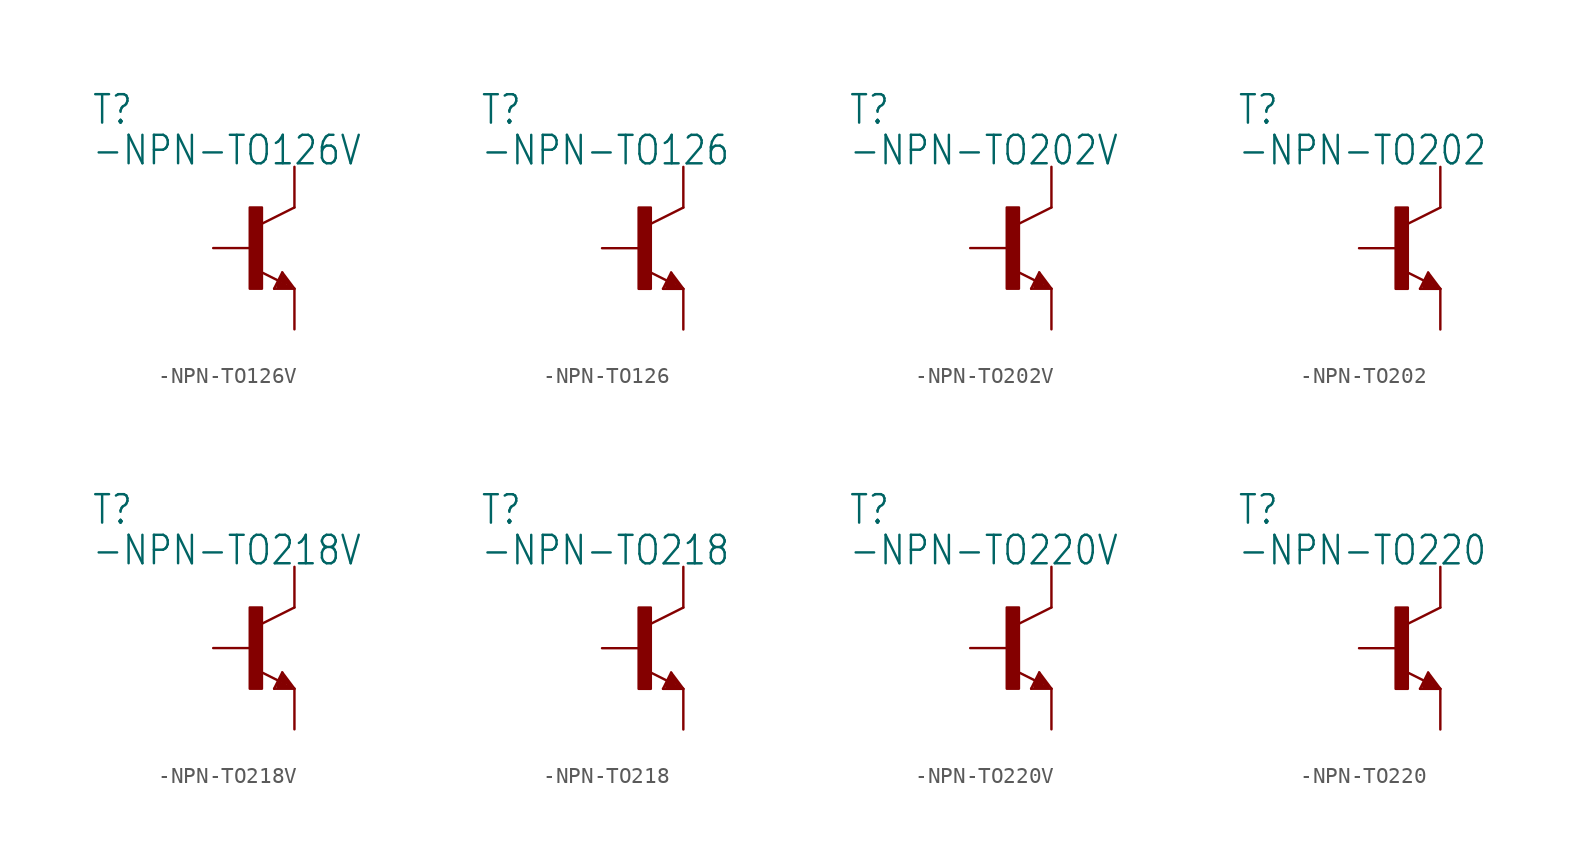
<source format=kicad_sym>
(kicad_symbol_lib
  (version 20211014)
  (generator kicad_symbol_editor)
  (symbol "-NPN-TO126V"
    (property "Reference" "T"
      (at -10.16 7.62 0)
      (effects (font (size 1.778 1.511)) (justify left bottom)))
    (property "Value" "-NPN-TO126V"
      (at -10.16 5.08 0)
      (effects (font (size 1.778 1.511)) (justify left bottom)))
    (property "ki_locked" ""
      (at 0 0 0)
      (effects (font (size 1.27 1.27))))
    (symbol "-NPN-TO126V_1_0"
      (rectangle (start -0.254 -2.54) (end 0.508 2.54) (stroke (width 0) (type default) (color 0 0 0 0)) (fill (type outline)))
      (polyline (pts (xy 1.27 -2.54) (xy 1.778 -1.524)) (stroke (width 0.152) (type default) (color 0 0 0 0)) (fill (type none)))
      (polyline (pts (xy 1.524 -2.413) (xy 2.286 -2.413)) (stroke (width 0.254) (type default) (color 0 0 0 0)) (fill (type none)))
      (polyline (pts (xy 1.524 -2.286) (xy 1.905 -2.286)) (stroke (width 0.254) (type default) (color 0 0 0 0)) (fill (type none)))
      (polyline (pts (xy 1.54 -2.04) (xy 0.308 -1.424)) (stroke (width 0.152) (type default) (color 0 0 0 0)) (fill (type none)))
      (polyline (pts (xy 1.778 -1.778) (xy 1.524 -2.286)) (stroke (width 0.254) (type default) (color 0 0 0 0)) (fill (type none)))
      (polyline (pts (xy 1.778 -1.524) (xy 2.54 -2.54)) (stroke (width 0.152) (type default) (color 0 0 0 0)) (fill (type none)))
      (polyline (pts (xy 1.905 -2.286) (xy 1.778 -2.032)) (stroke (width 0.254) (type default) (color 0 0 0 0)) (fill (type none)))
      (polyline (pts (xy 2.286 -2.413) (xy 1.778 -1.778)) (stroke (width 0.254) (type default) (color 0 0 0 0)) (fill (type none)))
      (polyline (pts (xy 2.54 -2.54) (xy 1.27 -2.54)) (stroke (width 0.152) (type default) (color 0 0 0 0)) (fill (type none)))
      (polyline (pts (xy 2.54 2.54) (xy 0.508 1.524)) (stroke (width 0.152) (type default) (color 0 0 0 0)) (fill (type none)))
      (pin passive line (at 2.54 -5.08 90) (length 2.54) (name "E" (effects (font (size 0 0)))) (number "1" (effects (font (size 0 0)))))
      (pin passive line (at 2.54 5.08 270) (length 2.54) (name "C" (effects (font (size 0 0)))) (number "2" (effects (font (size 0 0)))))
      (pin passive line (at -2.54 0 0) (length 2.54) (name "B" (effects (font (size 0 0)))) (number "3" (effects (font (size 0 0)))))))
  (symbol "-NPN-TO126"
    (property "Reference" "T"
      (at -10.16 7.62 0)
      (effects (font (size 1.778 1.511)) (justify left bottom)))
    (property "Value" "-NPN-TO126"
      (at -10.16 5.08 0)
      (effects (font (size 1.778 1.511)) (justify left bottom)))
    (property "ki_locked" ""
      (at 0 0 0)
      (effects (font (size 1.27 1.27))))
    (symbol "-NPN-TO126_1_0"
      (rectangle (start -0.254 -2.54) (end 0.508 2.54) (stroke (width 0) (type default) (color 0 0 0 0)) (fill (type outline)))
      (polyline (pts (xy 1.27 -2.54) (xy 1.778 -1.524)) (stroke (width 0.152) (type default) (color 0 0 0 0)) (fill (type none)))
      (polyline (pts (xy 1.524 -2.413) (xy 2.286 -2.413)) (stroke (width 0.254) (type default) (color 0 0 0 0)) (fill (type none)))
      (polyline (pts (xy 1.524 -2.286) (xy 1.905 -2.286)) (stroke (width 0.254) (type default) (color 0 0 0 0)) (fill (type none)))
      (polyline (pts (xy 1.54 -2.04) (xy 0.308 -1.424)) (stroke (width 0.152) (type default) (color 0 0 0 0)) (fill (type none)))
      (polyline (pts (xy 1.778 -1.778) (xy 1.524 -2.286)) (stroke (width 0.254) (type default) (color 0 0 0 0)) (fill (type none)))
      (polyline (pts (xy 1.778 -1.524) (xy 2.54 -2.54)) (stroke (width 0.152) (type default) (color 0 0 0 0)) (fill (type none)))
      (polyline (pts (xy 1.905 -2.286) (xy 1.778 -2.032)) (stroke (width 0.254) (type default) (color 0 0 0 0)) (fill (type none)))
      (polyline (pts (xy 2.286 -2.413) (xy 1.778 -1.778)) (stroke (width 0.254) (type default) (color 0 0 0 0)) (fill (type none)))
      (polyline (pts (xy 2.54 -2.54) (xy 1.27 -2.54)) (stroke (width 0.152) (type default) (color 0 0 0 0)) (fill (type none)))
      (polyline (pts (xy 2.54 2.54) (xy 0.508 1.524)) (stroke (width 0.152) (type default) (color 0 0 0 0)) (fill (type none)))
      (pin passive line (at 2.54 -5.08 90) (length 2.54) (name "E" (effects (font (size 0 0)))) (number "1" (effects (font (size 0 0)))))
      (pin passive line (at 2.54 5.08 270) (length 2.54) (name "C" (effects (font (size 0 0)))) (number "2" (effects (font (size 0 0)))))
      (pin passive line (at -2.54 0 0) (length 2.54) (name "B" (effects (font (size 0 0)))) (number "3" (effects (font (size 0 0)))))))
  (symbol "-NPN-TO202V"
    (property "Reference" "T"
      (at -10.16 7.62 0)
      (effects (font (size 1.778 1.511)) (justify left bottom)))
    (property "Value" "-NPN-TO202V"
      (at -10.16 5.08 0)
      (effects (font (size 1.778 1.511)) (justify left bottom)))
    (property "ki_locked" ""
      (at 0 0 0)
      (effects (font (size 1.27 1.27))))
    (symbol "-NPN-TO202V_1_0"
      (rectangle (start -0.254 -2.54) (end 0.508 2.54) (stroke (width 0) (type default) (color 0 0 0 0)) (fill (type outline)))
      (polyline (pts (xy 1.27 -2.54) (xy 1.778 -1.524)) (stroke (width 0.152) (type default) (color 0 0 0 0)) (fill (type none)))
      (polyline (pts (xy 1.524 -2.413) (xy 2.286 -2.413)) (stroke (width 0.254) (type default) (color 0 0 0 0)) (fill (type none)))
      (polyline (pts (xy 1.524 -2.286) (xy 1.905 -2.286)) (stroke (width 0.254) (type default) (color 0 0 0 0)) (fill (type none)))
      (polyline (pts (xy 1.54 -2.04) (xy 0.308 -1.424)) (stroke (width 0.152) (type default) (color 0 0 0 0)) (fill (type none)))
      (polyline (pts (xy 1.778 -1.778) (xy 1.524 -2.286)) (stroke (width 0.254) (type default) (color 0 0 0 0)) (fill (type none)))
      (polyline (pts (xy 1.778 -1.524) (xy 2.54 -2.54)) (stroke (width 0.152) (type default) (color 0 0 0 0)) (fill (type none)))
      (polyline (pts (xy 1.905 -2.286) (xy 1.778 -2.032)) (stroke (width 0.254) (type default) (color 0 0 0 0)) (fill (type none)))
      (polyline (pts (xy 2.286 -2.413) (xy 1.778 -1.778)) (stroke (width 0.254) (type default) (color 0 0 0 0)) (fill (type none)))
      (polyline (pts (xy 2.54 -2.54) (xy 1.27 -2.54)) (stroke (width 0.152) (type default) (color 0 0 0 0)) (fill (type none)))
      (polyline (pts (xy 2.54 2.54) (xy 0.508 1.524)) (stroke (width 0.152) (type default) (color 0 0 0 0)) (fill (type none)))
      (pin passive line (at 2.54 -5.08 90) (length 2.54) (name "E" (effects (font (size 0 0)))) (number "1" (effects (font (size 0 0)))))
      (pin passive line (at 2.54 5.08 270) (length 2.54) (name "C" (effects (font (size 0 0)))) (number "2" (effects (font (size 0 0)))))
      (pin passive line (at -2.54 0 0) (length 2.54) (name "B" (effects (font (size 0 0)))) (number "3" (effects (font (size 0 0)))))))
  (symbol "-NPN-TO202"
    (property "Reference" "T"
      (at -10.16 7.62 0)
      (effects (font (size 1.778 1.511)) (justify left bottom)))
    (property "Value" "-NPN-TO202"
      (at -10.16 5.08 0)
      (effects (font (size 1.778 1.511)) (justify left bottom)))
    (property "ki_locked" ""
      (at 0 0 0)
      (effects (font (size 1.27 1.27))))
    (symbol "-NPN-TO202_1_0"
      (rectangle (start -0.254 -2.54) (end 0.508 2.54) (stroke (width 0) (type default) (color 0 0 0 0)) (fill (type outline)))
      (polyline (pts (xy 1.27 -2.54) (xy 1.778 -1.524)) (stroke (width 0.152) (type default) (color 0 0 0 0)) (fill (type none)))
      (polyline (pts (xy 1.524 -2.413) (xy 2.286 -2.413)) (stroke (width 0.254) (type default) (color 0 0 0 0)) (fill (type none)))
      (polyline (pts (xy 1.524 -2.286) (xy 1.905 -2.286)) (stroke (width 0.254) (type default) (color 0 0 0 0)) (fill (type none)))
      (polyline (pts (xy 1.54 -2.04) (xy 0.308 -1.424)) (stroke (width 0.152) (type default) (color 0 0 0 0)) (fill (type none)))
      (polyline (pts (xy 1.778 -1.778) (xy 1.524 -2.286)) (stroke (width 0.254) (type default) (color 0 0 0 0)) (fill (type none)))
      (polyline (pts (xy 1.778 -1.524) (xy 2.54 -2.54)) (stroke (width 0.152) (type default) (color 0 0 0 0)) (fill (type none)))
      (polyline (pts (xy 1.905 -2.286) (xy 1.778 -2.032)) (stroke (width 0.254) (type default) (color 0 0 0 0)) (fill (type none)))
      (polyline (pts (xy 2.286 -2.413) (xy 1.778 -1.778)) (stroke (width 0.254) (type default) (color 0 0 0 0)) (fill (type none)))
      (polyline (pts (xy 2.54 -2.54) (xy 1.27 -2.54)) (stroke (width 0.152) (type default) (color 0 0 0 0)) (fill (type none)))
      (polyline (pts (xy 2.54 2.54) (xy 0.508 1.524)) (stroke (width 0.152) (type default) (color 0 0 0 0)) (fill (type none)))
      (pin passive line (at 2.54 -5.08 90) (length 2.54) (name "E" (effects (font (size 0 0)))) (number "1" (effects (font (size 0 0)))))
      (pin passive line (at 2.54 5.08 270) (length 2.54) (name "C" (effects (font (size 0 0)))) (number "2" (effects (font (size 0 0)))))
      (pin passive line (at -2.54 0 0) (length 2.54) (name "B" (effects (font (size 0 0)))) (number "3" (effects (font (size 0 0)))))))
  (symbol "-NPN-TO218V"
    (property "Reference" "T"
      (at -10.16 7.62 0)
      (effects (font (size 1.778 1.511)) (justify left bottom)))
    (property "Value" "-NPN-TO218V"
      (at -10.16 5.08 0)
      (effects (font (size 1.778 1.511)) (justify left bottom)))
    (property "ki_locked" ""
      (at 0 0 0)
      (effects (font (size 1.27 1.27))))
    (symbol "-NPN-TO218V_1_0"
      (rectangle (start -0.254 -2.54) (end 0.508 2.54) (stroke (width 0) (type default) (color 0 0 0 0)) (fill (type outline)))
      (polyline (pts (xy 1.27 -2.54) (xy 1.778 -1.524)) (stroke (width 0.152) (type default) (color 0 0 0 0)) (fill (type none)))
      (polyline (pts (xy 1.524 -2.413) (xy 2.286 -2.413)) (stroke (width 0.254) (type default) (color 0 0 0 0)) (fill (type none)))
      (polyline (pts (xy 1.524 -2.286) (xy 1.905 -2.286)) (stroke (width 0.254) (type default) (color 0 0 0 0)) (fill (type none)))
      (polyline (pts (xy 1.54 -2.04) (xy 0.308 -1.424)) (stroke (width 0.152) (type default) (color 0 0 0 0)) (fill (type none)))
      (polyline (pts (xy 1.778 -1.778) (xy 1.524 -2.286)) (stroke (width 0.254) (type default) (color 0 0 0 0)) (fill (type none)))
      (polyline (pts (xy 1.778 -1.524) (xy 2.54 -2.54)) (stroke (width 0.152) (type default) (color 0 0 0 0)) (fill (type none)))
      (polyline (pts (xy 1.905 -2.286) (xy 1.778 -2.032)) (stroke (width 0.254) (type default) (color 0 0 0 0)) (fill (type none)))
      (polyline (pts (xy 2.286 -2.413) (xy 1.778 -1.778)) (stroke (width 0.254) (type default) (color 0 0 0 0)) (fill (type none)))
      (polyline (pts (xy 2.54 -2.54) (xy 1.27 -2.54)) (stroke (width 0.152) (type default) (color 0 0 0 0)) (fill (type none)))
      (polyline (pts (xy 2.54 2.54) (xy 0.508 1.524)) (stroke (width 0.152) (type default) (color 0 0 0 0)) (fill (type none)))
      (pin passive line (at -2.54 0 0) (length 2.54) (name "B" (effects (font (size 0 0)))) (number "1" (effects (font (size 0 0)))))
      (pin passive line (at 2.54 5.08 270) (length 2.54) (name "C" (effects (font (size 0 0)))) (number "2" (effects (font (size 0 0)))))
      (pin passive line (at 2.54 -5.08 90) (length 2.54) (name "E" (effects (font (size 0 0)))) (number "3" (effects (font (size 0 0)))))))
  (symbol "-NPN-TO218"
    (property "Reference" "T"
      (at -10.16 7.62 0)
      (effects (font (size 1.778 1.511)) (justify left bottom)))
    (property "Value" "-NPN-TO218"
      (at -10.16 5.08 0)
      (effects (font (size 1.778 1.511)) (justify left bottom)))
    (property "ki_locked" ""
      (at 0 0 0)
      (effects (font (size 1.27 1.27))))
    (symbol "-NPN-TO218_1_0"
      (rectangle (start -0.254 -2.54) (end 0.508 2.54) (stroke (width 0) (type default) (color 0 0 0 0)) (fill (type outline)))
      (polyline (pts (xy 1.27 -2.54) (xy 1.778 -1.524)) (stroke (width 0.152) (type default) (color 0 0 0 0)) (fill (type none)))
      (polyline (pts (xy 1.524 -2.413) (xy 2.286 -2.413)) (stroke (width 0.254) (type default) (color 0 0 0 0)) (fill (type none)))
      (polyline (pts (xy 1.524 -2.286) (xy 1.905 -2.286)) (stroke (width 0.254) (type default) (color 0 0 0 0)) (fill (type none)))
      (polyline (pts (xy 1.54 -2.04) (xy 0.308 -1.424)) (stroke (width 0.152) (type default) (color 0 0 0 0)) (fill (type none)))
      (polyline (pts (xy 1.778 -1.778) (xy 1.524 -2.286)) (stroke (width 0.254) (type default) (color 0 0 0 0)) (fill (type none)))
      (polyline (pts (xy 1.778 -1.524) (xy 2.54 -2.54)) (stroke (width 0.152) (type default) (color 0 0 0 0)) (fill (type none)))
      (polyline (pts (xy 1.905 -2.286) (xy 1.778 -2.032)) (stroke (width 0.254) (type default) (color 0 0 0 0)) (fill (type none)))
      (polyline (pts (xy 2.286 -2.413) (xy 1.778 -1.778)) (stroke (width 0.254) (type default) (color 0 0 0 0)) (fill (type none)))
      (polyline (pts (xy 2.54 -2.54) (xy 1.27 -2.54)) (stroke (width 0.152) (type default) (color 0 0 0 0)) (fill (type none)))
      (polyline (pts (xy 2.54 2.54) (xy 0.508 1.524)) (stroke (width 0.152) (type default) (color 0 0 0 0)) (fill (type none)))
      (pin passive line (at -2.54 0 0) (length 2.54) (name "B" (effects (font (size 0 0)))) (number "1" (effects (font (size 0 0)))))
      (pin passive line (at 2.54 5.08 270) (length 2.54) (name "C" (effects (font (size 0 0)))) (number "2" (effects (font (size 0 0)))))
      (pin passive line (at 2.54 -5.08 90) (length 2.54) (name "E" (effects (font (size 0 0)))) (number "3" (effects (font (size 0 0)))))))
  (symbol "-NPN-TO220V"
    (property "Reference" "T"
      (at -10.16 7.62 0)
      (effects (font (size 1.778 1.511)) (justify left bottom)))
    (property "Value" "-NPN-TO220V"
      (at -10.16 5.08 0)
      (effects (font (size 1.778 1.511)) (justify left bottom)))
    (property "ki_locked" ""
      (at 0 0 0)
      (effects (font (size 1.27 1.27))))
    (symbol "-NPN-TO220V_1_0"
      (rectangle (start -0.254 -2.54) (end 0.508 2.54) (stroke (width 0) (type default) (color 0 0 0 0)) (fill (type outline)))
      (polyline (pts (xy 1.27 -2.54) (xy 1.778 -1.524)) (stroke (width 0.152) (type default) (color 0 0 0 0)) (fill (type none)))
      (polyline (pts (xy 1.524 -2.413) (xy 2.286 -2.413)) (stroke (width 0.254) (type default) (color 0 0 0 0)) (fill (type none)))
      (polyline (pts (xy 1.524 -2.286) (xy 1.905 -2.286)) (stroke (width 0.254) (type default) (color 0 0 0 0)) (fill (type none)))
      (polyline (pts (xy 1.54 -2.04) (xy 0.308 -1.424)) (stroke (width 0.152) (type default) (color 0 0 0 0)) (fill (type none)))
      (polyline (pts (xy 1.778 -1.778) (xy 1.524 -2.286)) (stroke (width 0.254) (type default) (color 0 0 0 0)) (fill (type none)))
      (polyline (pts (xy 1.778 -1.524) (xy 2.54 -2.54)) (stroke (width 0.152) (type default) (color 0 0 0 0)) (fill (type none)))
      (polyline (pts (xy 1.905 -2.286) (xy 1.778 -2.032)) (stroke (width 0.254) (type default) (color 0 0 0 0)) (fill (type none)))
      (polyline (pts (xy 2.286 -2.413) (xy 1.778 -1.778)) (stroke (width 0.254) (type default) (color 0 0 0 0)) (fill (type none)))
      (polyline (pts (xy 2.54 -2.54) (xy 1.27 -2.54)) (stroke (width 0.152) (type default) (color 0 0 0 0)) (fill (type none)))
      (polyline (pts (xy 2.54 2.54) (xy 0.508 1.524)) (stroke (width 0.152) (type default) (color 0 0 0 0)) (fill (type none)))
      (pin passive line (at -2.54 0 0) (length 2.54) (name "B" (effects (font (size 0 0)))) (number "1" (effects (font (size 0 0)))))
      (pin passive line (at 2.54 5.08 270) (length 2.54) (name "C" (effects (font (size 0 0)))) (number "2" (effects (font (size 0 0)))))
      (pin passive line (at 2.54 -5.08 90) (length 2.54) (name "E" (effects (font (size 0 0)))) (number "3" (effects (font (size 0 0)))))))
  (symbol "-NPN-TO220"
    (property "Reference" "T"
      (at -10.16 7.62 0)
      (effects (font (size 1.778 1.511)) (justify left bottom)))
    (property "Value" "-NPN-TO220"
      (at -10.16 5.08 0)
      (effects (font (size 1.778 1.511)) (justify left bottom)))
    (property "ki_locked" ""
      (at 0 0 0)
      (effects (font (size 1.27 1.27))))
    (symbol "-NPN-TO220_1_0"
      (rectangle (start -0.254 -2.54) (end 0.508 2.54) (stroke (width 0) (type default) (color 0 0 0 0)) (fill (type outline)))
      (polyline (pts (xy 1.27 -2.54) (xy 1.778 -1.524)) (stroke (width 0.152) (type default) (color 0 0 0 0)) (fill (type none)))
      (polyline (pts (xy 1.524 -2.413) (xy 2.286 -2.413)) (stroke (width 0.254) (type default) (color 0 0 0 0)) (fill (type none)))
      (polyline (pts (xy 1.524 -2.286) (xy 1.905 -2.286)) (stroke (width 0.254) (type default) (color 0 0 0 0)) (fill (type none)))
      (polyline (pts (xy 1.54 -2.04) (xy 0.308 -1.424)) (stroke (width 0.152) (type default) (color 0 0 0 0)) (fill (type none)))
      (polyline (pts (xy 1.778 -1.778) (xy 1.524 -2.286)) (stroke (width 0.254) (type default) (color 0 0 0 0)) (fill (type none)))
      (polyline (pts (xy 1.778 -1.524) (xy 2.54 -2.54)) (stroke (width 0.152) (type default) (color 0 0 0 0)) (fill (type none)))
      (polyline (pts (xy 1.905 -2.286) (xy 1.778 -2.032)) (stroke (width 0.254) (type default) (color 0 0 0 0)) (fill (type none)))
      (polyline (pts (xy 2.286 -2.413) (xy 1.778 -1.778)) (stroke (width 0.254) (type default) (color 0 0 0 0)) (fill (type none)))
      (polyline (pts (xy 2.54 -2.54) (xy 1.27 -2.54)) (stroke (width 0.152) (type default) (color 0 0 0 0)) (fill (type none)))
      (polyline (pts (xy 2.54 2.54) (xy 0.508 1.524)) (stroke (width 0.152) (type default) (color 0 0 0 0)) (fill (type none)))
      (pin passive line (at -2.54 0 0) (length 2.54) (name "B" (effects (font (size 0 0)))) (number "1" (effects (font (size 0 0)))))
      (pin passive line (at 2.54 5.08 270) (length 2.54) (name "C" (effects (font (size 0 0)))) (number "2" (effects (font (size 0 0)))))
      (pin passive line (at 2.54 -5.08 90) (length 2.54) (name "E" (effects (font (size 0 0)))) (number "3" (effects (font (size 0 0))))))))
</source>
